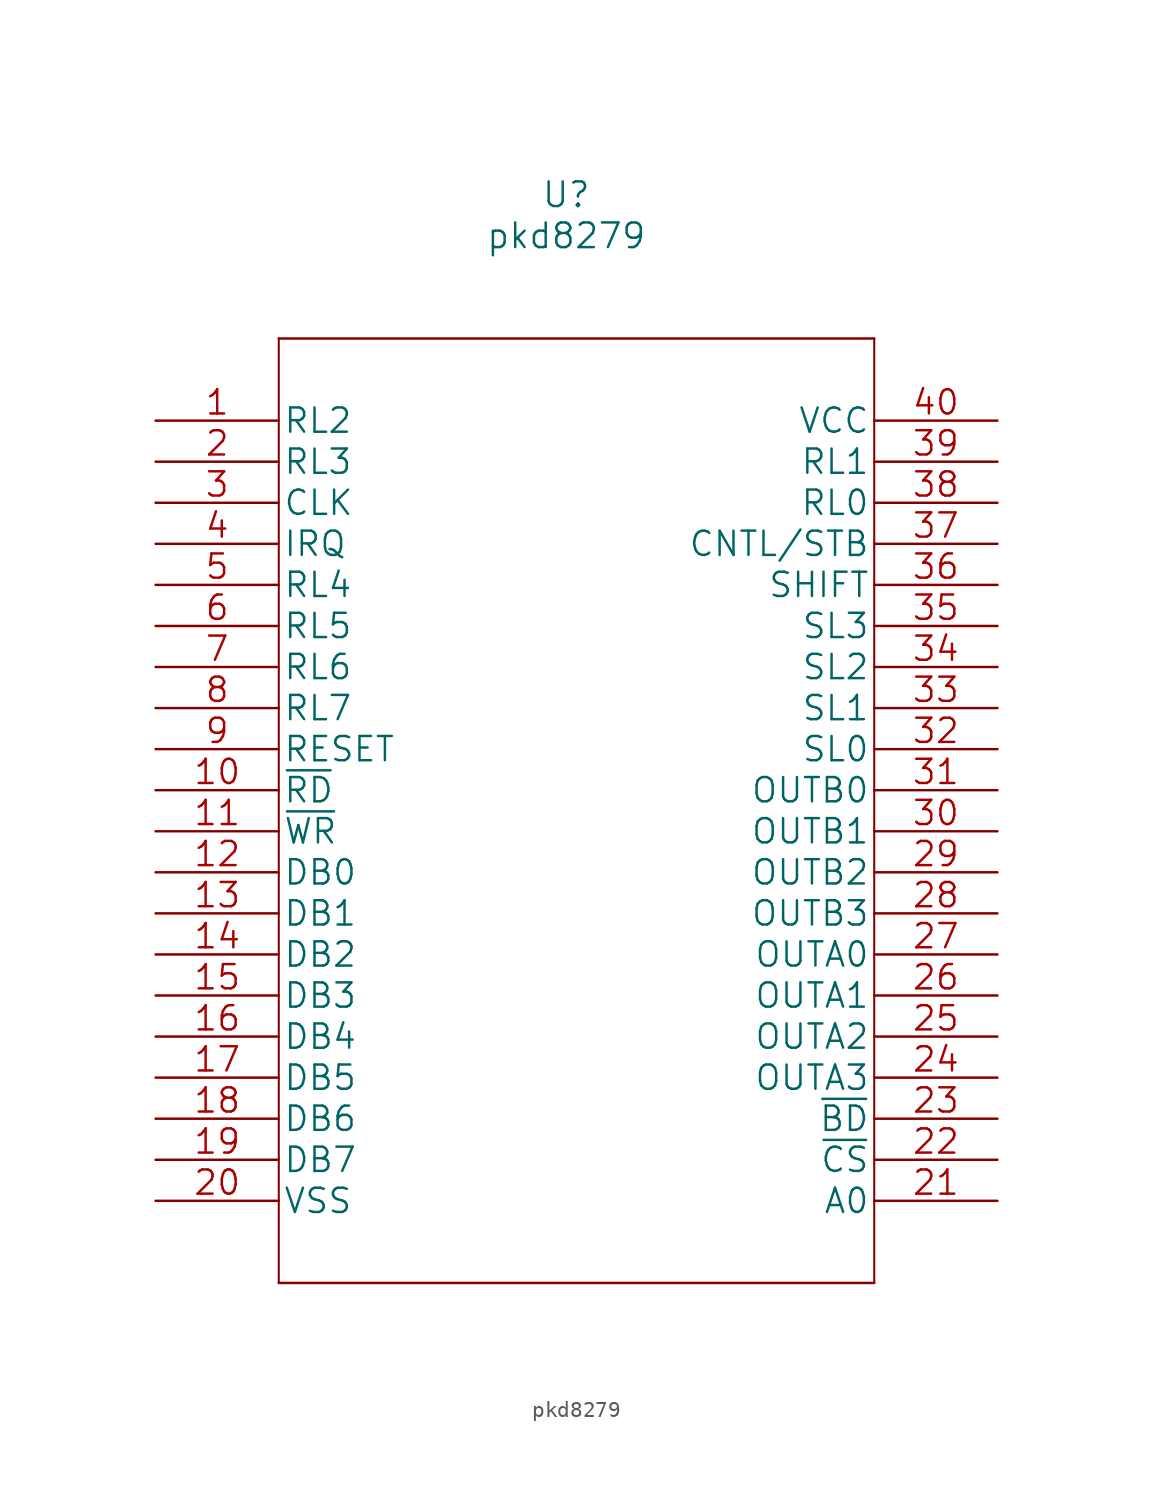
<source format=kicad_sym>
(kicad_symbol_lib
  (version 20211014)
  (generator kicad_symbol_editor)
  (symbol "pkd8279"
    (pin_names
      (offset 0.254))
    (property "Reference" "U"
      (at 25.4 13.97 0)
      (effects (font (size 1.524 1.524))))
    (property "Value" "pkd8279"
      (at 25.4 11.43 0)
      (effects (font (size 1.524 1.524))))
    (property "Datasheet" ""
      (at 0 0 0)
      (effects (font (size 1.524 1.524))))
    (symbol "pkd8279_0_1"
      (rectangle (start 7.62 -53.34) (end 44.45 -53.34) (stroke (width 0) (type default) (color 0 0 0 0)) (fill (type none)))
      (rectangle (start 7.62 5.08) (end 44.45 5.08) (stroke (width 0) (type default) (color 0 0 0 0)) (fill (type none))))
    (symbol "pkd8279_1_1"
      (polyline (pts (xy 7.62 5.08) (xy 7.62 -53.34)) (stroke (width 0.127) (type default) (color 0 0 0 0)) (fill (type none)))
      (polyline (pts (xy 44.45 -53.34) (xy 44.45 5.08)) (stroke (width 0.127) (type default) (color 0 0 0 0)) (fill (type none)))
      (pin unspecified line (at 0 0 0) (length 7.62) (name "RL2" (effects (font (size 1.499 1.499)))) (number "1" (effects (font (size 1.499 1.499)))))
      (pin unspecified line (at 0 -22.86 0) (length 7.62) (name "~{RD}" (effects (font (size 1.499 1.499)))) (number "10" (effects (font (size 1.499 1.499)))))
      (pin unspecified line (at 0 -25.4 0) (length 7.62) (name "~{WR}" (effects (font (size 1.499 1.499)))) (number "11" (effects (font (size 1.499 1.499)))))
      (pin unspecified line (at 0 -27.94 0) (length 7.62) (name "DB0" (effects (font (size 1.499 1.499)))) (number "12" (effects (font (size 1.499 1.499)))))
      (pin unspecified line (at 0 -30.48 0) (length 7.62) (name "DB1" (effects (font (size 1.499 1.499)))) (number "13" (effects (font (size 1.499 1.499)))))
      (pin unspecified line (at 0 -33.02 0) (length 7.62) (name "DB2" (effects (font (size 1.499 1.499)))) (number "14" (effects (font (size 1.499 1.499)))))
      (pin unspecified line (at 0 -35.56 0) (length 7.62) (name "DB3" (effects (font (size 1.499 1.499)))) (number "15" (effects (font (size 1.499 1.499)))))
      (pin unspecified line (at 0 -38.1 0) (length 7.62) (name "DB4" (effects (font (size 1.499 1.499)))) (number "16" (effects (font (size 1.499 1.499)))))
      (pin unspecified line (at 0 -40.64 0) (length 7.62) (name "DB5" (effects (font (size 1.499 1.499)))) (number "17" (effects (font (size 1.499 1.499)))))
      (pin unspecified line (at 0 -43.18 0) (length 7.62) (name "DB6" (effects (font (size 1.499 1.499)))) (number "18" (effects (font (size 1.499 1.499)))))
      (pin unspecified line (at 0 -45.72 0) (length 7.62) (name "DB7" (effects (font (size 1.499 1.499)))) (number "19" (effects (font (size 1.499 1.499)))))
      (pin unspecified line (at 0 -2.54 0) (length 7.62) (name "RL3" (effects (font (size 1.499 1.499)))) (number "2" (effects (font (size 1.499 1.499)))))
      (pin unspecified line (at 0 -48.26 0) (length 7.62) (name "VSS" (effects (font (size 1.499 1.499)))) (number "20" (effects (font (size 1.499 1.499)))))
      (pin unspecified line (at 52.07 -48.26 180) (length 7.62) (name "A0" (effects (font (size 1.499 1.499)))) (number "21" (effects (font (size 1.499 1.499)))))
      (pin unspecified line (at 52.07 -45.72 180) (length 7.62) (name "~{CS}" (effects (font (size 1.499 1.499)))) (number "22" (effects (font (size 1.499 1.499)))))
      (pin unspecified line (at 52.07 -43.18 180) (length 7.62) (name "~{BD}" (effects (font (size 1.499 1.499)))) (number "23" (effects (font (size 1.499 1.499)))))
      (pin unspecified line (at 52.07 -40.64 180) (length 7.62) (name "OUTA3" (effects (font (size 1.499 1.499)))) (number "24" (effects (font (size 1.499 1.499)))))
      (pin unspecified line (at 52.07 -38.1 180) (length 7.62) (name "OUTA2" (effects (font (size 1.499 1.499)))) (number "25" (effects (font (size 1.499 1.499)))))
      (pin unspecified line (at 52.07 -35.56 180) (length 7.62) (name "OUTA1" (effects (font (size 1.499 1.499)))) (number "26" (effects (font (size 1.499 1.499)))))
      (pin unspecified line (at 52.07 -33.02 180) (length 7.62) (name "OUTA0" (effects (font (size 1.499 1.499)))) (number "27" (effects (font (size 1.499 1.499)))))
      (pin unspecified line (at 52.07 -30.48 180) (length 7.62) (name "OUTB3" (effects (font (size 1.499 1.499)))) (number "28" (effects (font (size 1.499 1.499)))))
      (pin unspecified line (at 52.07 -27.94 180) (length 7.62) (name "OUTB2" (effects (font (size 1.499 1.499)))) (number "29" (effects (font (size 1.499 1.499)))))
      (pin unspecified line (at 0 -5.08 0) (length 7.62) (name "CLK" (effects (font (size 1.499 1.499)))) (number "3" (effects (font (size 1.499 1.499)))))
      (pin unspecified line (at 52.07 -25.4 180) (length 7.62) (name "OUTB1" (effects (font (size 1.499 1.499)))) (number "30" (effects (font (size 1.499 1.499)))))
      (pin unspecified line (at 52.07 -22.86 180) (length 7.62) (name "OUTB0" (effects (font (size 1.499 1.499)))) (number "31" (effects (font (size 1.499 1.499)))))
      (pin unspecified line (at 52.07 -20.32 180) (length 7.62) (name "SL0" (effects (font (size 1.499 1.499)))) (number "32" (effects (font (size 1.499 1.499)))))
      (pin unspecified line (at 52.07 -17.78 180) (length 7.62) (name "SL1" (effects (font (size 1.499 1.499)))) (number "33" (effects (font (size 1.499 1.499)))))
      (pin unspecified line (at 52.07 -15.24 180) (length 7.62) (name "SL2" (effects (font (size 1.499 1.499)))) (number "34" (effects (font (size 1.499 1.499)))))
      (pin unspecified line (at 52.07 -12.7 180) (length 7.62) (name "SL3" (effects (font (size 1.499 1.499)))) (number "35" (effects (font (size 1.499 1.499)))))
      (pin unspecified line (at 52.07 -10.16 180) (length 7.62) (name "SHIFT" (effects (font (size 1.499 1.499)))) (number "36" (effects (font (size 1.499 1.499)))))
      (pin unspecified line (at 52.07 -7.62 180) (length 7.62) (name "CNTL/STB" (effects (font (size 1.499 1.499)))) (number "37" (effects (font (size 1.499 1.499)))))
      (pin unspecified line (at 52.07 -5.08 180) (length 7.62) (name "RL0" (effects (font (size 1.499 1.499)))) (number "38" (effects (font (size 1.499 1.499)))))
      (pin unspecified line (at 52.07 -2.54 180) (length 7.62) (name "RL1" (effects (font (size 1.499 1.499)))) (number "39" (effects (font (size 1.499 1.499)))))
      (pin unspecified line (at 0 -7.62 0) (length 7.62) (name "IRQ" (effects (font (size 1.499 1.499)))) (number "4" (effects (font (size 1.499 1.499)))))
      (pin unspecified line (at 52.07 0 180) (length 7.62) (name "VCC" (effects (font (size 1.499 1.499)))) (number "40" (effects (font (size 1.499 1.499)))))
      (pin unspecified line (at 0 -10.16 0) (length 7.62) (name "RL4" (effects (font (size 1.499 1.499)))) (number "5" (effects (font (size 1.499 1.499)))))
      (pin unspecified line (at 0 -12.7 0) (length 7.62) (name "RL5" (effects (font (size 1.499 1.499)))) (number "6" (effects (font (size 1.499 1.499)))))
      (pin unspecified line (at 0 -15.24 0) (length 7.62) (name "RL6" (effects (font (size 1.499 1.499)))) (number "7" (effects (font (size 1.499 1.499)))))
      (pin unspecified line (at 0 -17.78 0) (length 7.62) (name "RL7" (effects (font (size 1.499 1.499)))) (number "8" (effects (font (size 1.499 1.499)))))
      (pin unspecified line (at 0 -20.32 0) (length 7.62) (name "RESET" (effects (font (size 1.499 1.499)))) (number "9" (effects (font (size 1.499 1.499))))))))
</source>
